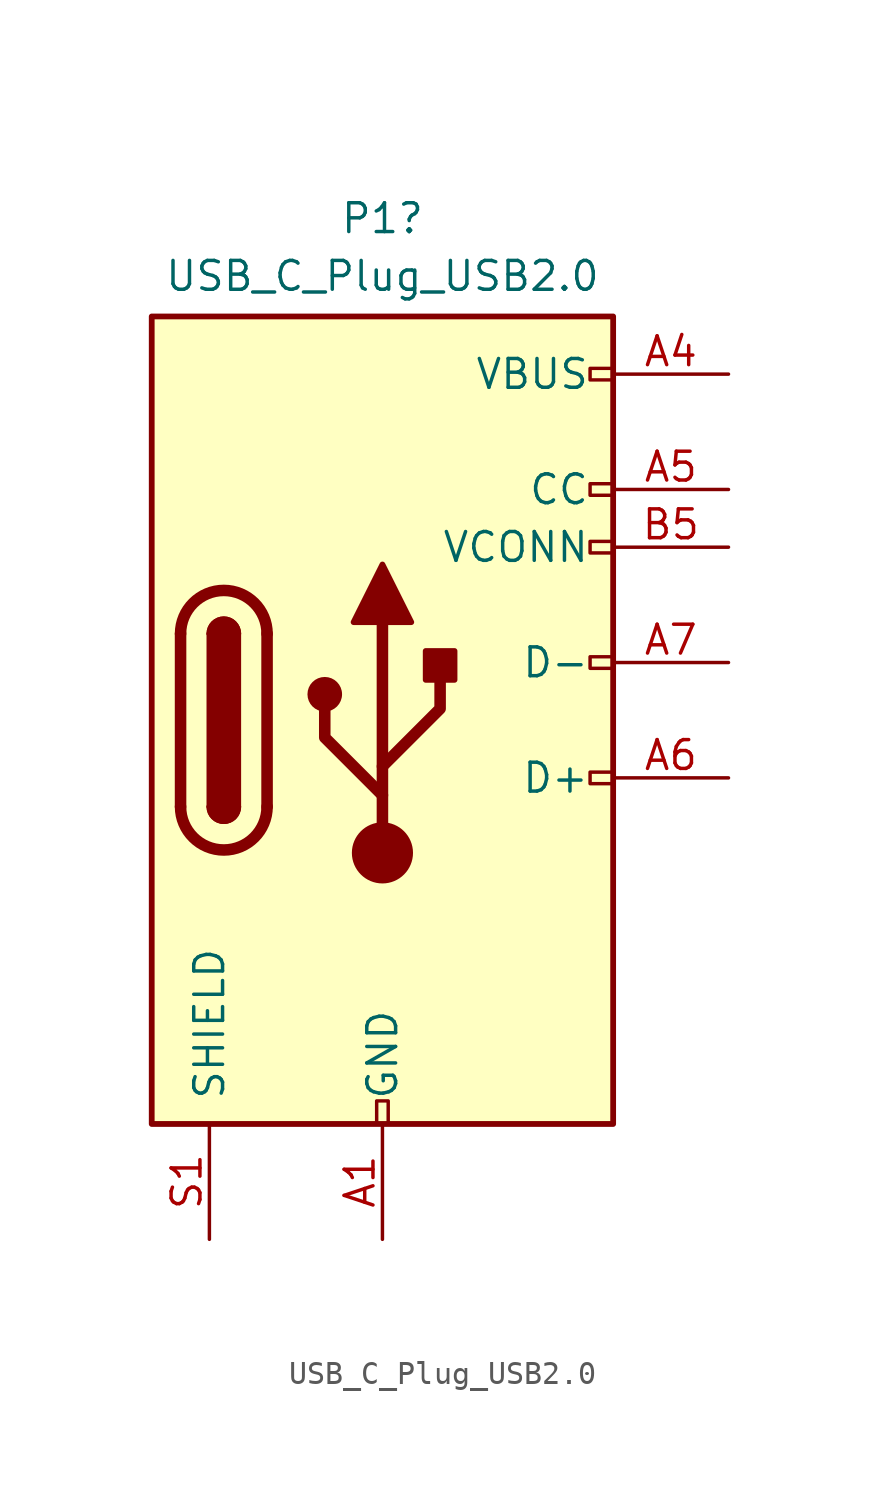
<source format=kicad_sym>
(kicad_symbol_lib
  (version 20220914)
  (generator kicad_symbol_editor)
  (symbol "USB_C_Plug_USB2.0"
    (pin_names
      (offset 1.016))
    (property "Reference" "P1"
      (at 0 22.098 0)
      (effects (font (size 1.27 1.27))))
    (property "Value" "USB_C_Plug_USB2.0"
      (at 0 19.558 0)
      (effects (font (size 1.27 1.27))))
    (symbol "USB_C_Plug_USB2.0_0_0"
      (rectangle (start -0.254 -17.78) (end 0.254 -16.764) (stroke (width 0) (type default)) (fill (type none)))
      (rectangle (start 10.16 -2.286) (end 9.144 -2.794) (stroke (width 0) (type default)) (fill (type none)))
      (rectangle (start 10.16 2.794) (end 9.144 2.286) (stroke (width 0) (type default)) (fill (type none)))
      (rectangle (start 10.16 7.874) (end 9.144 7.366) (stroke (width 0) (type default)) (fill (type none)))
      (rectangle (start 10.16 10.414) (end 9.144 9.906) (stroke (width 0) (type default)) (fill (type none)))
      (rectangle (start 10.16 15.494) (end 9.144 14.986) (stroke (width 0) (type default)) (fill (type none))))
    (symbol "USB_C_Plug_USB2.0_0_1"
      (rectangle (start -10.16 17.78) (end 10.16 -17.78) (stroke (width 0.254) (type default)) (fill (type background)))
      (arc (start -8.89 -3.81) (mid -6.985 -5.7067) (end -5.08 -3.81) (stroke (width 0.508) (type default)) (fill (type none)))
      (arc (start -7.62 -3.81) (mid -6.985 -4.4423) (end -6.35 -3.81) (stroke (width 0.254) (type default)) (fill (type none)))
      (arc (start -7.62 -3.81) (mid -6.985 -4.4423) (end -6.35 -3.81) (stroke (width 0.254) (type default)) (fill (type outline)))
      (rectangle (start -7.62 -3.81) (end -6.35 3.81) (stroke (width 0.254) (type default)) (fill (type outline)))
      (arc (start -6.35 3.81) (mid -6.985 4.4423) (end -7.62 3.81) (stroke (width 0.254) (type default)) (fill (type none)))
      (arc (start -6.35 3.81) (mid -6.985 4.4423) (end -7.62 3.81) (stroke (width 0.254) (type default)) (fill (type outline)))
      (arc (start -5.08 3.81) (mid -6.985 5.7067) (end -8.89 3.81) (stroke (width 0.508) (type default)) (fill (type none)))
      (circle (center -2.54 1.143) (radius 0.635) (stroke (width 0.254) (type default)) (fill (type outline)))
      (circle (center 0 -5.842) (radius 1.27) (stroke (width 0) (type default)) (fill (type outline)))
      (polyline (pts (xy -8.89 -3.81) (xy -8.89 3.81)) (stroke (width 0.508) (type default)) (fill (type none)))
      (polyline (pts (xy -5.08 3.81) (xy -5.08 -3.81)) (stroke (width 0.508) (type default)) (fill (type none)))
      (polyline (pts (xy 0 -5.842) (xy 0 4.318)) (stroke (width 0.508) (type default)) (fill (type none)))
      (polyline (pts (xy 0 -3.302) (xy -2.54 -0.762) (xy -2.54 0.508)) (stroke (width 0.508) (type default)) (fill (type none)))
      (polyline (pts (xy 0 -2.032) (xy 2.54 0.508) (xy 2.54 1.778)) (stroke (width 0.508) (type default)) (fill (type none)))
      (polyline (pts (xy -1.27 4.318) (xy 0 6.858) (xy 1.27 4.318) (xy -1.27 4.318)) (stroke (width 0.254) (type default)) (fill (type outline)))
      (rectangle (start 1.905 1.778) (end 3.175 3.048) (stroke (width 0.254) (type default)) (fill (type outline))))
    (symbol "USB_C_Plug_USB2.0_1_1"
      (pin passive line (at 0 -22.86 90) (length 5.08) (name "GND" (effects (font (size 1.27 1.27)))) (number "A1" (effects (font (size 1.27 1.27)))))
      (pin passive line (at 0 -22.86 90) (length 5.08) hide (name "GND" (effects (font (size 1.27 1.27)))) (number "A12" (effects (font (size 1.27 1.27)))))
      (pin passive line (at 15.24 15.24 180) (length 5.08) (name "VBUS" (effects (font (size 1.27 1.27)))) (number "A4" (effects (font (size 1.27 1.27)))))
      (pin bidirectional line (at 15.24 10.16 180) (length 5.08) (name "CC" (effects (font (size 1.27 1.27)))) (number "A5" (effects (font (size 1.27 1.27)))))
      (pin bidirectional line (at 15.24 -2.54 180) (length 5.08) (name "D+" (effects (font (size 1.27 1.27)))) (number "A6" (effects (font (size 1.27 1.27)))))
      (pin bidirectional line (at 15.24 2.54 180) (length 5.08) (name "D-" (effects (font (size 1.27 1.27)))) (number "A7" (effects (font (size 1.27 1.27)))))
      (pin passive line (at 15.24 15.24 180) (length 5.08) hide (name "VBUS" (effects (font (size 1.27 1.27)))) (number "A9" (effects (font (size 1.27 1.27)))))
      (pin passive line (at 0 -22.86 90) (length 5.08) hide (name "GND" (effects (font (size 1.27 1.27)))) (number "B1" (effects (font (size 1.27 1.27)))))
      (pin passive line (at 0 -22.86 90) (length 5.08) hide (name "GND" (effects (font (size 1.27 1.27)))) (number "B12" (effects (font (size 1.27 1.27)))))
      (pin passive line (at 15.24 15.24 180) (length 5.08) hide (name "VBUS" (effects (font (size 1.27 1.27)))) (number "B4" (effects (font (size 1.27 1.27)))))
      (pin bidirectional line (at 15.24 7.62 180) (length 5.08) (name "VCONN" (effects (font (size 1.27 1.27)))) (number "B5" (effects (font (size 1.27 1.27)))))
      (pin bidirectional line (at 15.24 -2.54 180) (length 5.08) hide (name "D+" (effects (font (size 1.27 1.27)))) (number "B6" (effects (font (size 1.27 1.27)))))
      (pin bidirectional line (at 15.24 2.54 180) (length 5.08) hide (name "D-" (effects (font (size 1.27 1.27)))) (number "B7" (effects (font (size 1.27 1.27)))))
      (pin passive line (at 15.24 15.24 180) (length 5.08) hide (name "VBUS" (effects (font (size 1.27 1.27)))) (number "B9" (effects (font (size 1.27 1.27)))))
      (pin passive line (at -7.62 -22.86 90) (length 5.08) (name "SHIELD" (effects (font (size 1.27 1.27)))) (number "S1" (effects (font (size 1.27 1.27))))))))
</source>
